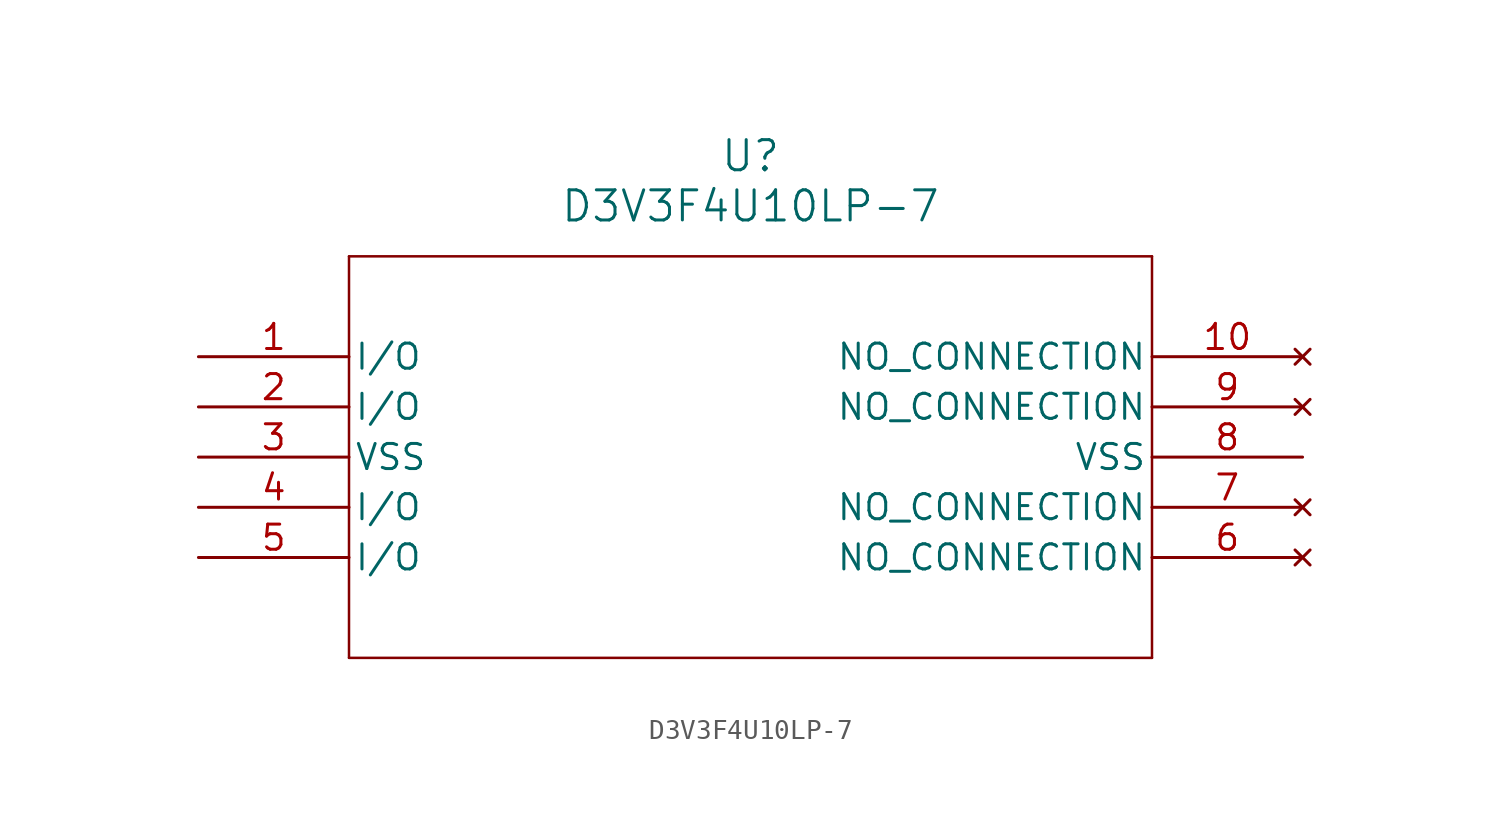
<source format=kicad_sym>
(kicad_symbol_lib
  (version 20211014)
  (generator kicad_symbol_editor)
  (symbol "D3V3F4U10LP-7"
    (pin_names
      (offset 0.254))
    (property "Reference" "U"
      (at 27.94 10.16 0)
      (effects (font (size 1.524 1.524))))
    (property "Value" "D3V3F4U10LP-7"
      (at 27.94 7.62 0)
      (effects (font (size 1.524 1.524))))
    (symbol "D3V3F4U10LP-7_0_1"
      (polyline (pts (xy 7.62 5.08) (xy 7.62 -15.24)) (stroke (width 0.127) (type default) (color 0 0 0 0)) (fill (type none)))
      (polyline (pts (xy 7.62 -15.24) (xy 48.26 -15.24)) (stroke (width 0.127) (type default) (color 0 0 0 0)) (fill (type none)))
      (polyline (pts (xy 48.26 -15.24) (xy 48.26 5.08)) (stroke (width 0.127) (type default) (color 0 0 0 0)) (fill (type none)))
      (polyline (pts (xy 48.26 5.08) (xy 7.62 5.08)) (stroke (width 0.127) (type default) (color 0 0 0 0)) (fill (type none)))
      (pin bidirectional line (at 0 0 0) (length 7.62) (name "I/O" (effects (font (size 1.27 1.27)))) (number "1" (effects (font (size 1.27 1.27)))))
      (pin bidirectional line (at 0 -2.54 0) (length 7.62) (name "I/O" (effects (font (size 1.27 1.27)))) (number "2" (effects (font (size 1.27 1.27)))))
      (pin power_out line (at 0 -5.08 0) (length 7.62) (name "VSS" (effects (font (size 1.27 1.27)))) (number "3" (effects (font (size 1.27 1.27)))))
      (pin bidirectional line (at 0 -7.62 0) (length 7.62) (name "I/O" (effects (font (size 1.27 1.27)))) (number "4" (effects (font (size 1.27 1.27)))))
      (pin bidirectional line (at 0 -10.16 0) (length 7.62) (name "I/O" (effects (font (size 1.27 1.27)))) (number "5" (effects (font (size 1.27 1.27)))))
      (pin no_connect line (at 55.88 -10.16 180) (length 7.62) (name "NO CONNECTION" (effects (font (size 1.27 1.27)))) (number "6" (effects (font (size 1.27 1.27)))))
      (pin no_connect line (at 55.88 -7.62 180) (length 7.62) (name "NO CONNECTION" (effects (font (size 1.27 1.27)))) (number "7" (effects (font (size 1.27 1.27)))))
      (pin power_out line (at 55.88 -5.08 180) (length 7.62) (name "VSS" (effects (font (size 1.27 1.27)))) (number "8" (effects (font (size 1.27 1.27)))))
      (pin no_connect line (at 55.88 -2.54 180) (length 7.62) (name "NO CONNECTION" (effects (font (size 1.27 1.27)))) (number "9" (effects (font (size 1.27 1.27)))))
      (pin no_connect line (at 55.88 0 180) (length 7.62) (name "NO CONNECTION" (effects (font (size 1.27 1.27)))) (number "10" (effects (font (size 1.27 1.27))))))))
</source>
